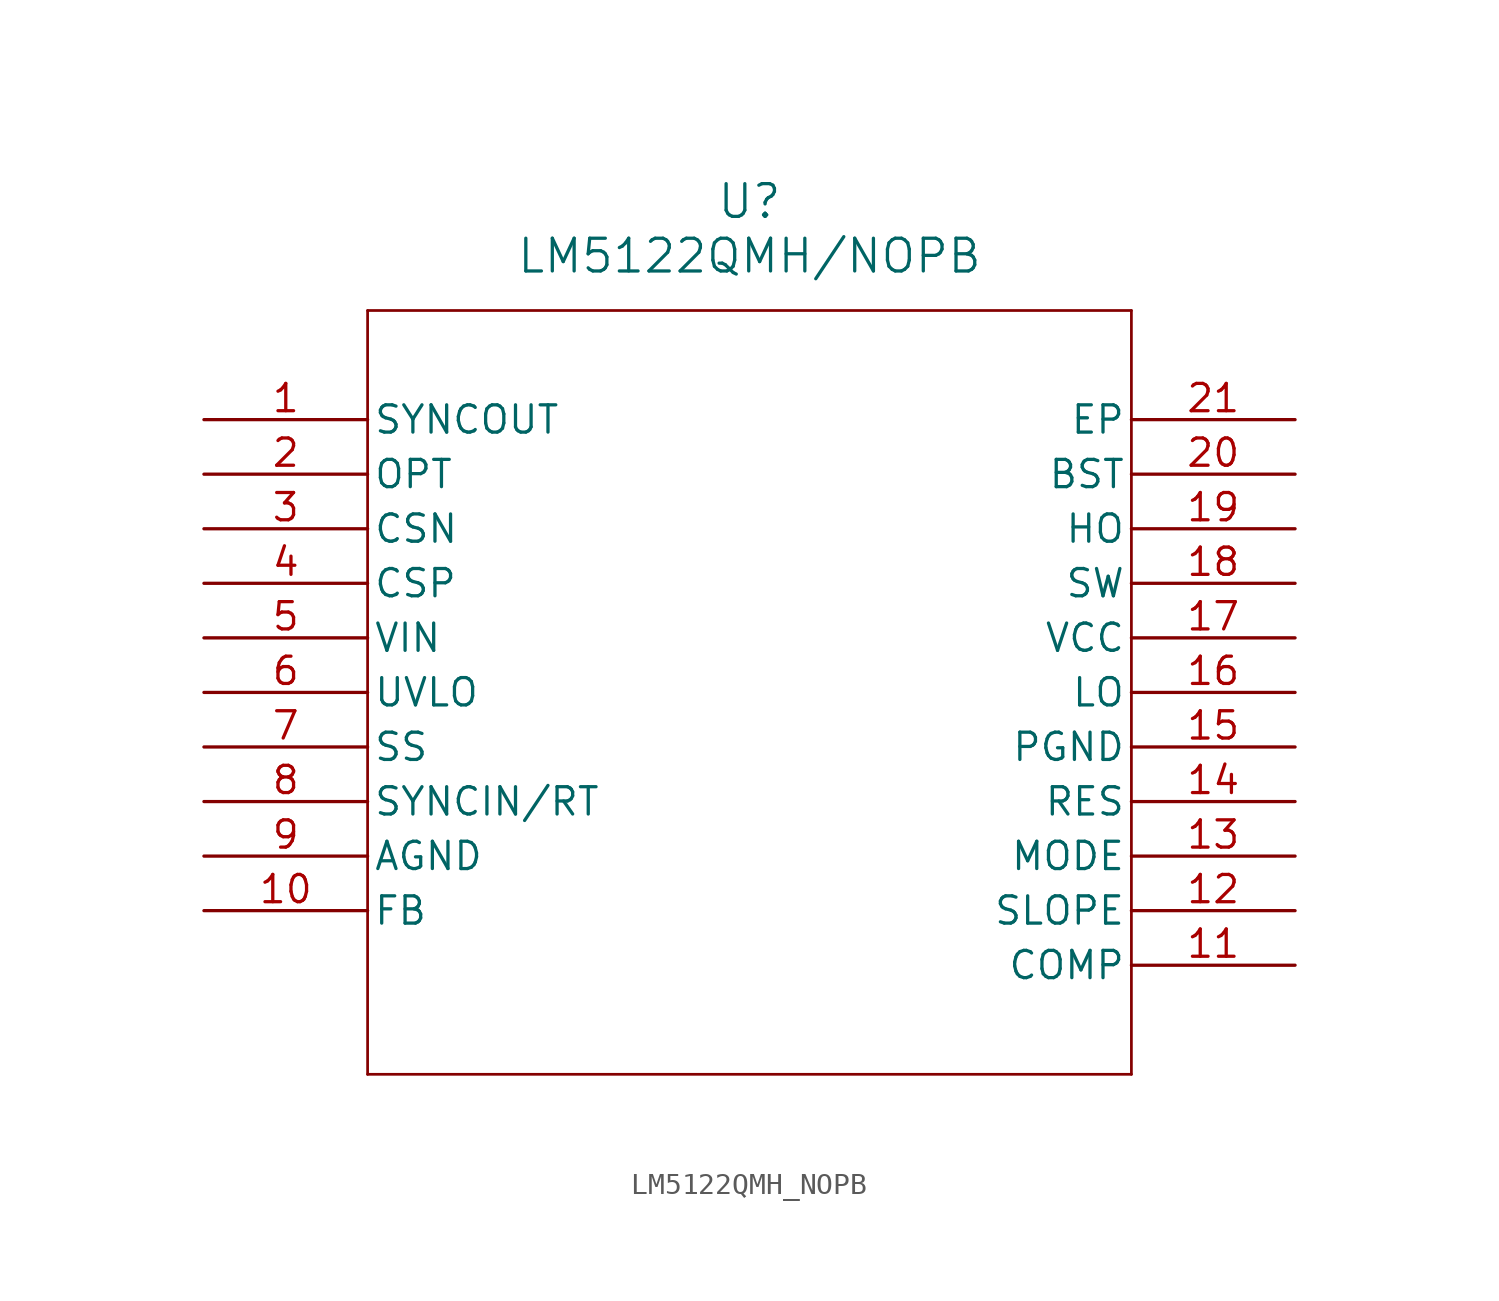
<source format=kicad_sym>
(kicad_symbol_lib
  (version 20231120)
  (generator "kicad_symbol_editor")
  (generator_version "8.0")
  (symbol "LM5122QMH_NOPB"
    (pin_names
      (offset 0.254))
    (property "Reference" "U"
      (at 0 22.86 0)
      (effects (font (size 1.524 1.524))))
    (property "Value" "LM5122QMH/NOPB"
      (at 0 20.32 0)
      (effects (font (size 1.524 1.524))))
    (property "ki_locked" ""
      (at 0 0 0)
      (effects (font (size 1.27 1.27))))
    (symbol "LM5122QMH_NOPB_0_1"
      (polyline (pts (xy -17.78 -17.78) (xy 17.78 -17.78)) (stroke (width 0.127) (type default)) (fill (type none)))
      (polyline (pts (xy -17.78 17.78) (xy -17.78 -17.78)) (stroke (width 0.127) (type default)) (fill (type none)))
      (polyline (pts (xy 17.78 -17.78) (xy 17.78 17.78)) (stroke (width 0.127) (type default)) (fill (type none)))
      (polyline (pts (xy 17.78 17.78) (xy -17.78 17.78)) (stroke (width 0.127) (type default)) (fill (type none)))
      (pin output line (at -25.4 12.7 0) (length 7.62) (name "SYNCOUT" (effects (font (size 1.27 1.27)))) (number "1" (effects (font (size 1.27 1.27)))))
      (pin input line (at -25.4 -10.16 0) (length 7.62) (name "FB" (effects (font (size 1.27 1.27)))) (number "10" (effects (font (size 1.27 1.27)))))
      (pin output line (at 25.4 -12.7 180) (length 7.62) (name "COMP" (effects (font (size 1.27 1.27)))) (number "11" (effects (font (size 1.27 1.27)))))
      (pin input line (at 25.4 -10.16 180) (length 7.62) (name "SLOPE" (effects (font (size 1.27 1.27)))) (number "12" (effects (font (size 1.27 1.27)))))
      (pin input line (at 25.4 -7.62 180) (length 7.62) (name "MODE" (effects (font (size 1.27 1.27)))) (number "13" (effects (font (size 1.27 1.27)))))
      (pin output line (at 25.4 -5.08 180) (length 7.62) (name "RES" (effects (font (size 1.27 1.27)))) (number "14" (effects (font (size 1.27 1.27)))))
      (pin power_in line (at 25.4 -2.54 180) (length 7.62) (name "PGND" (effects (font (size 1.27 1.27)))) (number "15" (effects (font (size 1.27 1.27)))))
      (pin output line (at 25.4 0 180) (length 7.62) (name "LO" (effects (font (size 1.27 1.27)))) (number "16" (effects (font (size 1.27 1.27)))))
      (pin power_in line (at 25.4 2.54 180) (length 7.62) (name "VCC" (effects (font (size 1.27 1.27)))) (number "17" (effects (font (size 1.27 1.27)))))
      (pin bidirectional line (at 25.4 5.08 180) (length 7.62) (name "SW" (effects (font (size 1.27 1.27)))) (number "18" (effects (font (size 1.27 1.27)))))
      (pin output line (at 25.4 7.62 180) (length 7.62) (name "HO" (effects (font (size 1.27 1.27)))) (number "19" (effects (font (size 1.27 1.27)))))
      (pin input line (at -25.4 10.16 0) (length 7.62) (name "OPT" (effects (font (size 1.27 1.27)))) (number "2" (effects (font (size 1.27 1.27)))))
      (pin input line (at 25.4 10.16 180) (length 7.62) (name "BST" (effects (font (size 1.27 1.27)))) (number "20" (effects (font (size 1.27 1.27)))))
      (pin power_out line (at 25.4 12.7 180) (length 7.62) (name "EP" (effects (font (size 1.27 1.27)))) (number "21" (effects (font (size 1.27 1.27)))))
      (pin input line (at -25.4 7.62 0) (length 7.62) (name "CSN" (effects (font (size 1.27 1.27)))) (number "3" (effects (font (size 1.27 1.27)))))
      (pin input line (at -25.4 5.08 0) (length 7.62) (name "CSP" (effects (font (size 1.27 1.27)))) (number "4" (effects (font (size 1.27 1.27)))))
      (pin input line (at -25.4 2.54 0) (length 7.62) (name "VIN" (effects (font (size 1.27 1.27)))) (number "5" (effects (font (size 1.27 1.27)))))
      (pin input line (at -25.4 0 0) (length 7.62) (name "UVLO" (effects (font (size 1.27 1.27)))) (number "6" (effects (font (size 1.27 1.27)))))
      (pin input line (at -25.4 -2.54 0) (length 7.62) (name "SS" (effects (font (size 1.27 1.27)))) (number "7" (effects (font (size 1.27 1.27)))))
      (pin input line (at -25.4 -5.08 0) (length 7.62) (name "SYNCIN/RT" (effects (font (size 1.27 1.27)))) (number "8" (effects (font (size 1.27 1.27)))))
      (pin power_in line (at -25.4 -7.62 0) (length 7.62) (name "AGND" (effects (font (size 1.27 1.27)))) (number "9" (effects (font (size 1.27 1.27))))))))
</source>
